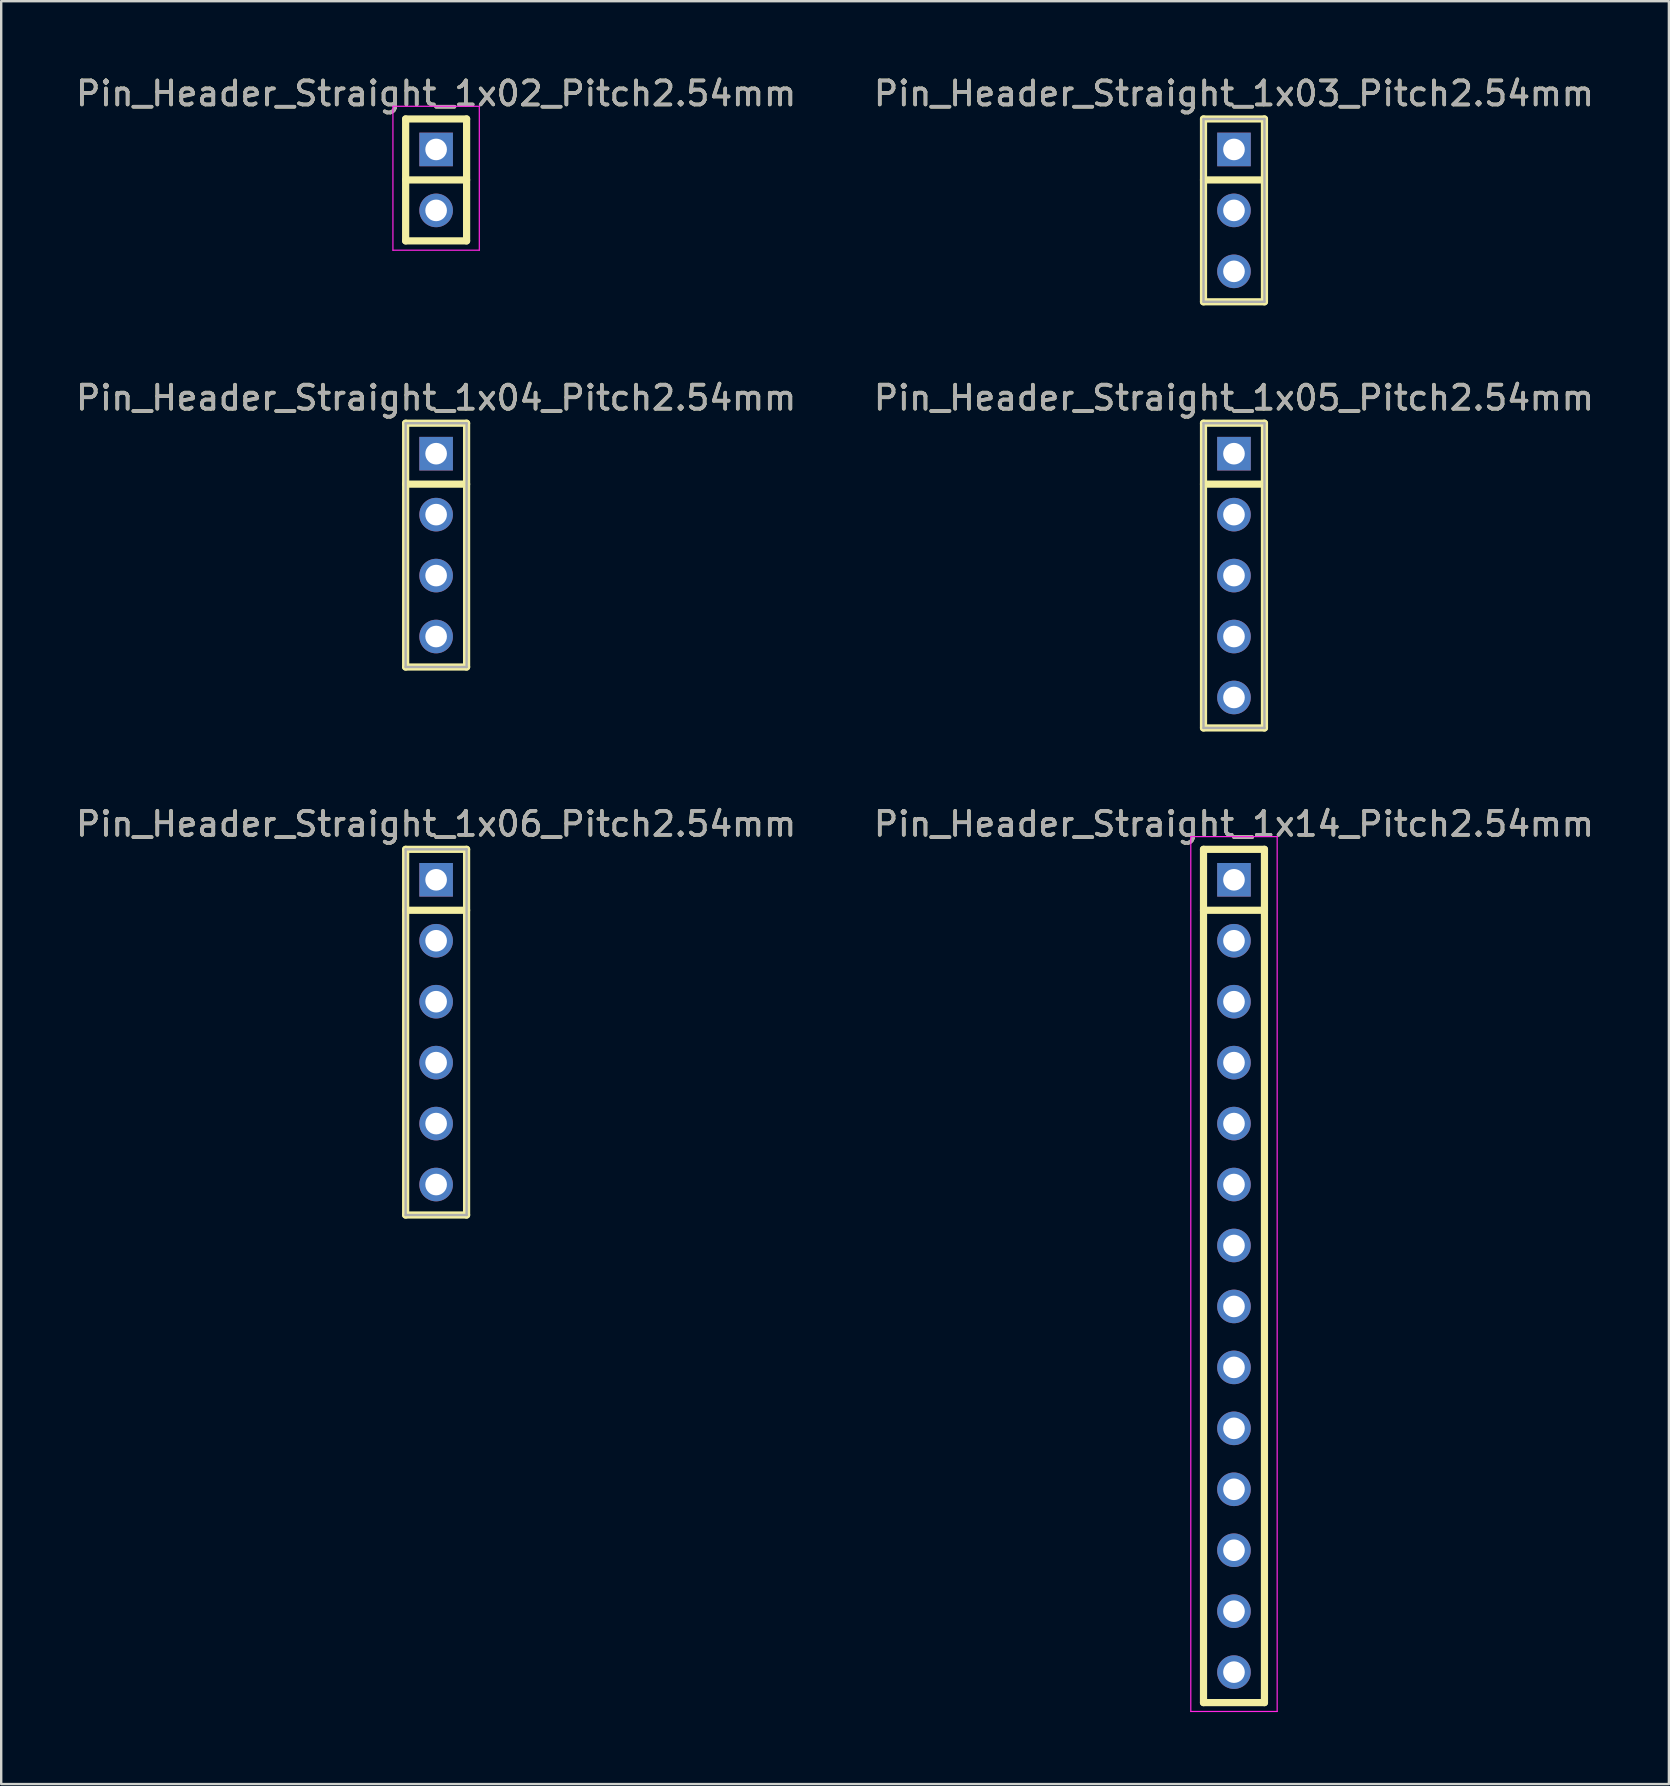
<source format=kicad_pcb>
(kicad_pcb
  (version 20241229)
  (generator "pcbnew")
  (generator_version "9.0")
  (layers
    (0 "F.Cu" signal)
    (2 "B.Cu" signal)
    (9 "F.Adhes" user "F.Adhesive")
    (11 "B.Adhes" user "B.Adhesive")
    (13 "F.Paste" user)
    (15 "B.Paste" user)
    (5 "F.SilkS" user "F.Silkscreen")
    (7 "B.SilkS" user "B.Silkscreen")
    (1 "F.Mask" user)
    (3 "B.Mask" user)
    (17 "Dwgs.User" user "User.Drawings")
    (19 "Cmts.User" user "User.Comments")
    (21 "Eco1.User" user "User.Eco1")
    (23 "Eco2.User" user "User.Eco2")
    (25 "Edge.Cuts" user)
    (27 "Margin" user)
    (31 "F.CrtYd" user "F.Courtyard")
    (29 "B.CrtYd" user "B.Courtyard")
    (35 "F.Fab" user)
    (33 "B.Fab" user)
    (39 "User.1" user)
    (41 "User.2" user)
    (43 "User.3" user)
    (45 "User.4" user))
  (footprint "Pin_Header_Straight_1x03_Pitch2.54mm"
    (layer "F.Cu")
    (at 48.375 3.178)
    (property "Reference" "Pin_Header_Straight_1x03_Pitch2.54mm" (at 0 -2.33 0) (layer "F.SilkS") (effects (font (size 1 1) (thickness 0.15))))
    (attr through_hole)
    (fp_line (start -1.27 -1.27) (end -1.27 6.35) (stroke (width 0.3) (type solid)) (layer "F.SilkS"))
    (fp_line (start -1.27 1.27) (end 1.27 1.27) (stroke (width 0.3) (type solid)) (layer "F.SilkS"))
    (fp_line (start -1.27 6.35) (end 1.27 6.35) (stroke (width 0.3) (type solid)) (layer "F.SilkS"))
    (fp_line (start 1.27 -1.27) (end -1.27 -1.27) (stroke (width 0.3) (type solid)) (layer "F.SilkS"))
    (fp_line (start 1.27 6.35) (end 1.27 -1.27) (stroke (width 0.3) (type solid)) (layer "F.SilkS"))
    (fp_line (start -1.27 -1.27) (end -1.27 6.35) (stroke (width 0.1) (type solid)) (layer "F.Fab"))
    (fp_line (start -1.27 6.35) (end 1.27 6.35) (stroke (width 0.1) (type solid)) (layer "F.Fab"))
    (fp_line (start 1.27 -1.27) (end -1.27 -1.27) (stroke (width 0.1) (type solid)) (layer "F.Fab"))
    (fp_line (start 1.27 6.35) (end 1.27 -1.27) (stroke (width 0.1) (type solid)) (layer "F.Fab"))
    (fp_text user "${REFERENCE}" (at 0 -2.33 0) (layer "F.Fab") (effects (font (size 1 1) (thickness 0.15))))
    (pad "1" thru_hole rect (at 0 0) (size 1.4 1.4) (drill 0.9) (layers "*.Cu" "*.Mask"))
    (pad "2" thru_hole circle (at 0 2.54) (size 1.4 1.4) (drill 0.9) (layers "*.Cu" "*.Mask"))
    (pad "3" thru_hole circle (at 0 5.08) (size 1.4 1.4) (drill 0.9) (layers "*.Cu" "*.Mask")))
  (footprint "Pin_Header_Straight_1x14_Pitch2.54mm"
    (layer "F.Cu")
    (at 48.375 33.615)
    (property "Reference" "Pin_Header_Straight_1x14_Pitch2.54mm" (at 0 -2.33 0) (layer "F.SilkS") (effects (font (size 1 1) (thickness 0.15))))
    (attr through_hole)
    (fp_line (start -1.27 -1.27) (end -1.27 34.29) (stroke (width 0.3) (type solid)) (layer "F.SilkS"))
    (fp_line (start -1.27 1.27) (end 1.27 1.27) (stroke (width 0.3) (type solid)) (layer "F.SilkS"))
    (fp_line (start -1.27 34.29) (end 1.27 34.29) (stroke (width 0.3) (type solid)) (layer "F.SilkS"))
    (fp_line (start 1.27 -1.27) (end -1.27 -1.27) (stroke (width 0.3) (type solid)) (layer "F.SilkS"))
    (fp_line (start 1.27 34.29) (end 1.27 -1.27) (stroke (width 0.3) (type solid)) (layer "F.SilkS"))
    (fp_line (start -1.8 -1.8) (end -1.8 34.66) (stroke (width 0.05) (type solid)) (layer "F.CrtYd"))
    (fp_line (start -1.8 34.66) (end 1.8 34.66) (stroke (width 0.05) (type solid)) (layer "F.CrtYd"))
    (fp_line (start 1.8 -1.8) (end -1.8 -1.8) (stroke (width 0.05) (type solid)) (layer "F.CrtYd"))
    (fp_line (start 1.8 34.66) (end 1.8 -1.8) (stroke (width 0.05) (type solid)) (layer "F.CrtYd"))
    (fp_text user "${REFERENCE}" (at 0 -2.33 0) (layer "F.Fab") (effects (font (size 1 1) (thickness 0.15))))
    (pad "1" thru_hole rect (at 0 0) (size 1.4 1.4) (drill 0.9) (layers "*.Cu" "*.Mask"))
    (pad "2" thru_hole oval (at 0 2.54) (size 1.4 1.4) (drill 0.9) (layers "*.Cu" "*.Mask"))
    (pad "3" thru_hole oval (at 0 5.08) (size 1.4 1.4) (drill 0.9) (layers "*.Cu" "*.Mask"))
    (pad "4" thru_hole oval (at 0 7.62) (size 1.4 1.4) (drill 0.9) (layers "*.Cu" "*.Mask"))
    (pad "5" thru_hole oval (at 0 10.16) (size 1.4 1.4) (drill 0.9) (layers "*.Cu" "*.Mask"))
    (pad "6" thru_hole oval (at 0 12.7) (size 1.4 1.4) (drill 0.9) (layers "*.Cu" "*.Mask"))
    (pad "7" thru_hole oval (at 0 15.24) (size 1.4 1.4) (drill 0.9) (layers "*.Cu" "*.Mask"))
    (pad "8" thru_hole oval (at 0 17.78) (size 1.4 1.4) (drill 0.9) (layers "*.Cu" "*.Mask"))
    (pad "9" thru_hole oval (at 0 20.32) (size 1.4 1.4) (drill 0.9) (layers "*.Cu" "*.Mask"))
    (pad "10" thru_hole oval (at 0 22.86) (size 1.4 1.4) (drill 0.9) (layers "*.Cu" "*.Mask"))
    (pad "11" thru_hole circle (at 0 25.4) (size 1.4 1.4) (drill 0.9) (layers "*.Cu" "*.Mask"))
    (pad "12" thru_hole circle (at 0 27.94) (size 1.4 1.4) (drill 0.9) (layers "*.Cu" "*.Mask"))
    (pad "13" thru_hole circle (at 0 30.48) (size 1.4 1.4) (drill 0.9) (layers "*.Cu" "*.Mask"))
    (pad "14" thru_hole circle (at 0 33.02) (size 1.4 1.4) (drill 0.9) (layers "*.Cu" "*.Mask")))
  (footprint "Pin_Header_Straight_1x05_Pitch2.54mm"
    (layer "F.Cu")
    (at 48.375 15.857)
    (property "Reference" "Pin_Header_Straight_1x05_Pitch2.54mm" (at 0 -2.33 0) (layer "F.SilkS") (effects (font (size 1 1) (thickness 0.15))))
    (attr through_hole)
    (fp_line (start -1.27 -1.27) (end -1.27 11.43) (stroke (width 0.3) (type solid)) (layer "F.SilkS"))
    (fp_line (start -1.27 1.27) (end 1.27 1.27) (stroke (width 0.3) (type solid)) (layer "F.SilkS"))
    (fp_line (start -1.27 11.43) (end 1.27 11.43) (stroke (width 0.3) (type solid)) (layer "F.SilkS"))
    (fp_line (start 1.27 -1.27) (end -1.27 -1.27) (stroke (width 0.3) (type solid)) (layer "F.SilkS"))
    (fp_line (start 1.27 11.43) (end 1.27 -1.27) (stroke (width 0.3) (type solid)) (layer "F.SilkS"))
    (fp_line (start -1.27 -1.27) (end -1.27 11.43) (stroke (width 0.1) (type solid)) (layer "F.Fab"))
    (fp_line (start -1.27 11.43) (end 1.27 11.43) (stroke (width 0.1) (type solid)) (layer "F.Fab"))
    (fp_line (start 1.27 -1.27) (end -1.27 -1.27) (stroke (width 0.1) (type solid)) (layer "F.Fab"))
    (fp_line (start 1.27 11.43) (end 1.27 -1.27) (stroke (width 0.1) (type solid)) (layer "F.Fab"))
    (fp_text user "${REFERENCE}" (at 0 -2.33 0) (layer "F.Fab") (effects (font (size 1 1) (thickness 0.15))))
    (pad "1" thru_hole rect (at 0 0) (size 1.4 1.4) (drill 0.9) (layers "*.Cu" "*.Mask"))
    (pad "2" thru_hole circle (at 0 2.54) (size 1.4 1.4) (drill 0.9) (layers "*.Cu" "*.Mask"))
    (pad "3" thru_hole circle (at 0 5.08) (size 1.4 1.4) (drill 0.9) (layers "*.Cu" "*.Mask"))
    (pad "4" thru_hole circle (at 0 7.62) (size 1.4 1.4) (drill 0.9) (layers "*.Cu" "*.Mask"))
    (pad "5" thru_hole circle (at 0 10.16) (size 1.4 1.4) (drill 0.9) (layers "*.Cu" "*.Mask")))
  (footprint "Pin_Header_Straight_1x04_Pitch2.54mm"
    (layer "F.Cu")
    (at 15.125 15.857)
    (property "Reference" "Pin_Header_Straight_1x04_Pitch2.54mm" (at 0 -2.33 0) (layer "F.SilkS") (effects (font (size 1 1) (thickness 0.15))))
    (attr through_hole)
    (fp_line (start -1.27 -1.27) (end -1.27 8.89) (stroke (width 0.3) (type solid)) (layer "F.SilkS"))
    (fp_line (start -1.27 1.27) (end 1.27 1.27) (stroke (width 0.3) (type solid)) (layer "F.SilkS"))
    (fp_line (start -1.27 8.89) (end 1.27 8.89) (stroke (width 0.3) (type solid)) (layer "F.SilkS"))
    (fp_line (start 1.27 -1.27) (end -1.27 -1.27) (stroke (width 0.3) (type solid)) (layer "F.SilkS"))
    (fp_line (start 1.27 8.89) (end 1.27 -1.27) (stroke (width 0.3) (type solid)) (layer "F.SilkS"))
    (fp_line (start -1.27 -1.27) (end -1.27 8.89) (stroke (width 0.1) (type solid)) (layer "F.Fab"))
    (fp_line (start -1.27 8.89) (end 1.27 8.89) (stroke (width 0.1) (type solid)) (layer "F.Fab"))
    (fp_line (start 1.27 -1.27) (end -1.27 -1.27) (stroke (width 0.1) (type solid)) (layer "F.Fab"))
    (fp_line (start 1.27 8.89) (end 1.27 -1.27) (stroke (width 0.1) (type solid)) (layer "F.Fab"))
    (fp_text user "${REFERENCE}" (at 0 -2.33 0) (layer "F.Fab") (effects (font (size 1 1) (thickness 0.15))))
    (pad "1" thru_hole rect (at 0 0) (size 1.4 1.4) (drill 0.9) (layers "*.Cu" "*.Mask"))
    (pad "2" thru_hole circle (at 0 2.54) (size 1.4 1.4) (drill 0.9) (layers "*.Cu" "*.Mask"))
    (pad "3" thru_hole circle (at 0 5.08) (size 1.4 1.4) (drill 0.9) (layers "*.Cu" "*.Mask"))
    (pad "4" thru_hole circle (at 0 7.62) (size 1.4 1.4) (drill 0.9) (layers "*.Cu" "*.Mask")))
  (footprint "Pin_Header_Straight_1x02_Pitch2.54mm"
    (layer "F.Cu")
    (at 15.125 3.178)
    (property "Reference" "Pin_Header_Straight_1x02_Pitch2.54mm" (at 0 -2.33 0) (layer "F.SilkS") (effects (font (size 1 1) (thickness 0.15))))
    (attr through_hole)
    (fp_line (start -1.27 -1.27) (end -1.27 3.81) (stroke (width 0.3) (type solid)) (layer "F.SilkS"))
    (fp_line (start -1.27 1.27) (end 1.27 1.27) (stroke (width 0.3) (type solid)) (layer "F.SilkS"))
    (fp_line (start -1.27 3.81) (end 1.27 3.81) (stroke (width 0.3) (type solid)) (layer "F.SilkS"))
    (fp_line (start 1.27 -1.27) (end -1.27 -1.27) (stroke (width 0.3) (type solid)) (layer "F.SilkS"))
    (fp_line (start 1.27 3.81) (end 1.27 -1.27) (stroke (width 0.3) (type solid)) (layer "F.SilkS"))
    (fp_line (start -1.8 -1.8) (end -1.8 4.2) (stroke (width 0.05) (type solid)) (layer "F.CrtYd"))
    (fp_line (start -1.8 4.2) (end 1.8 4.2) (stroke (width 0.05) (type solid)) (layer "F.CrtYd"))
    (fp_line (start 1.8 -1.8) (end -1.8 -1.8) (stroke (width 0.05) (type solid)) (layer "F.CrtYd"))
    (fp_line (start 1.8 4.2) (end 1.8 -1.8) (stroke (width 0.05) (type solid)) (layer "F.CrtYd"))
    (fp_text user "${REFERENCE}" (at 0 -2.33 0) (layer "F.Fab") (effects (font (size 1 1) (thickness 0.15))))
    (pad "1" thru_hole rect (at 0 0) (size 1.4 1.4) (drill 0.9) (layers "*.Cu" "*.Mask"))
    (pad "2" thru_hole oval (at 0 2.54) (size 1.4 1.4) (drill 0.9) (layers "*.Cu" "*.Mask")))
  (footprint "Pin_Header_Straight_1x06_Pitch2.54mm"
    (layer "F.Cu")
    (at 15.125 33.615)
    (property "Reference" "Pin_Header_Straight_1x06_Pitch2.54mm" (at 0 -2.33 0) (layer "F.SilkS") (effects (font (size 1 1) (thickness 0.15))))
    (attr through_hole)
    (fp_line (start -1.27 -1.27) (end -1.27 13.97) (stroke (width 0.3) (type solid)) (layer "F.SilkS"))
    (fp_line (start -1.27 1.27) (end 1.27 1.27) (stroke (width 0.3) (type solid)) (layer "F.SilkS"))
    (fp_line (start -1.27 13.97) (end 1.27 13.97) (stroke (width 0.3) (type solid)) (layer "F.SilkS"))
    (fp_line (start 1.27 -1.27) (end -1.27 -1.27) (stroke (width 0.3) (type solid)) (layer "F.SilkS"))
    (fp_line (start 1.27 13.97) (end 1.27 -1.27) (stroke (width 0.3) (type solid)) (layer "F.SilkS"))
    (fp_line (start -1.27 -1.27) (end -1.27 13.97) (stroke (width 0.1) (type solid)) (layer "F.Fab"))
    (fp_line (start -1.27 13.97) (end 1.27 13.97) (stroke (width 0.1) (type solid)) (layer "F.Fab"))
    (fp_line (start 1.27 -1.27) (end -1.27 -1.27) (stroke (width 0.1) (type solid)) (layer "F.Fab"))
    (fp_line (start 1.27 13.97) (end 1.27 -1.27) (stroke (width 0.1) (type solid)) (layer "F.Fab"))
    (fp_text user "${REFERENCE}" (at 0 -2.33 0) (layer "F.Fab") (effects (font (size 1 1) (thickness 0.15))))
    (pad "1" thru_hole rect (at 0 0) (size 1.4 1.4) (drill 0.9) (layers "*.Cu" "*.Mask"))
    (pad "2" thru_hole circle (at 0 2.54) (size 1.4 1.4) (drill 0.9) (layers "*.Cu" "*.Mask"))
    (pad "3" thru_hole circle (at 0 5.08) (size 1.4 1.4) (drill 0.9) (layers "*.Cu" "*.Mask"))
    (pad "4" thru_hole circle (at 0 7.62) (size 1.4 1.4) (drill 0.9) (layers "*.Cu" "*.Mask"))
    (pad "5" thru_hole circle (at 0 10.16) (size 1.4 1.4) (drill 0.9) (layers "*.Cu" "*.Mask"))
    (pad "6" thru_hole circle (at 0 12.7) (size 1.4 1.4) (drill 0.9) (layers "*.Cu" "*.Mask")))
  (gr_rect
    (start -3 -3)
    (end 66.5 71.3)
    (stroke (width 0.1) (type default))
    (fill no)
    (layer "Edge.Cuts")))
</source>
